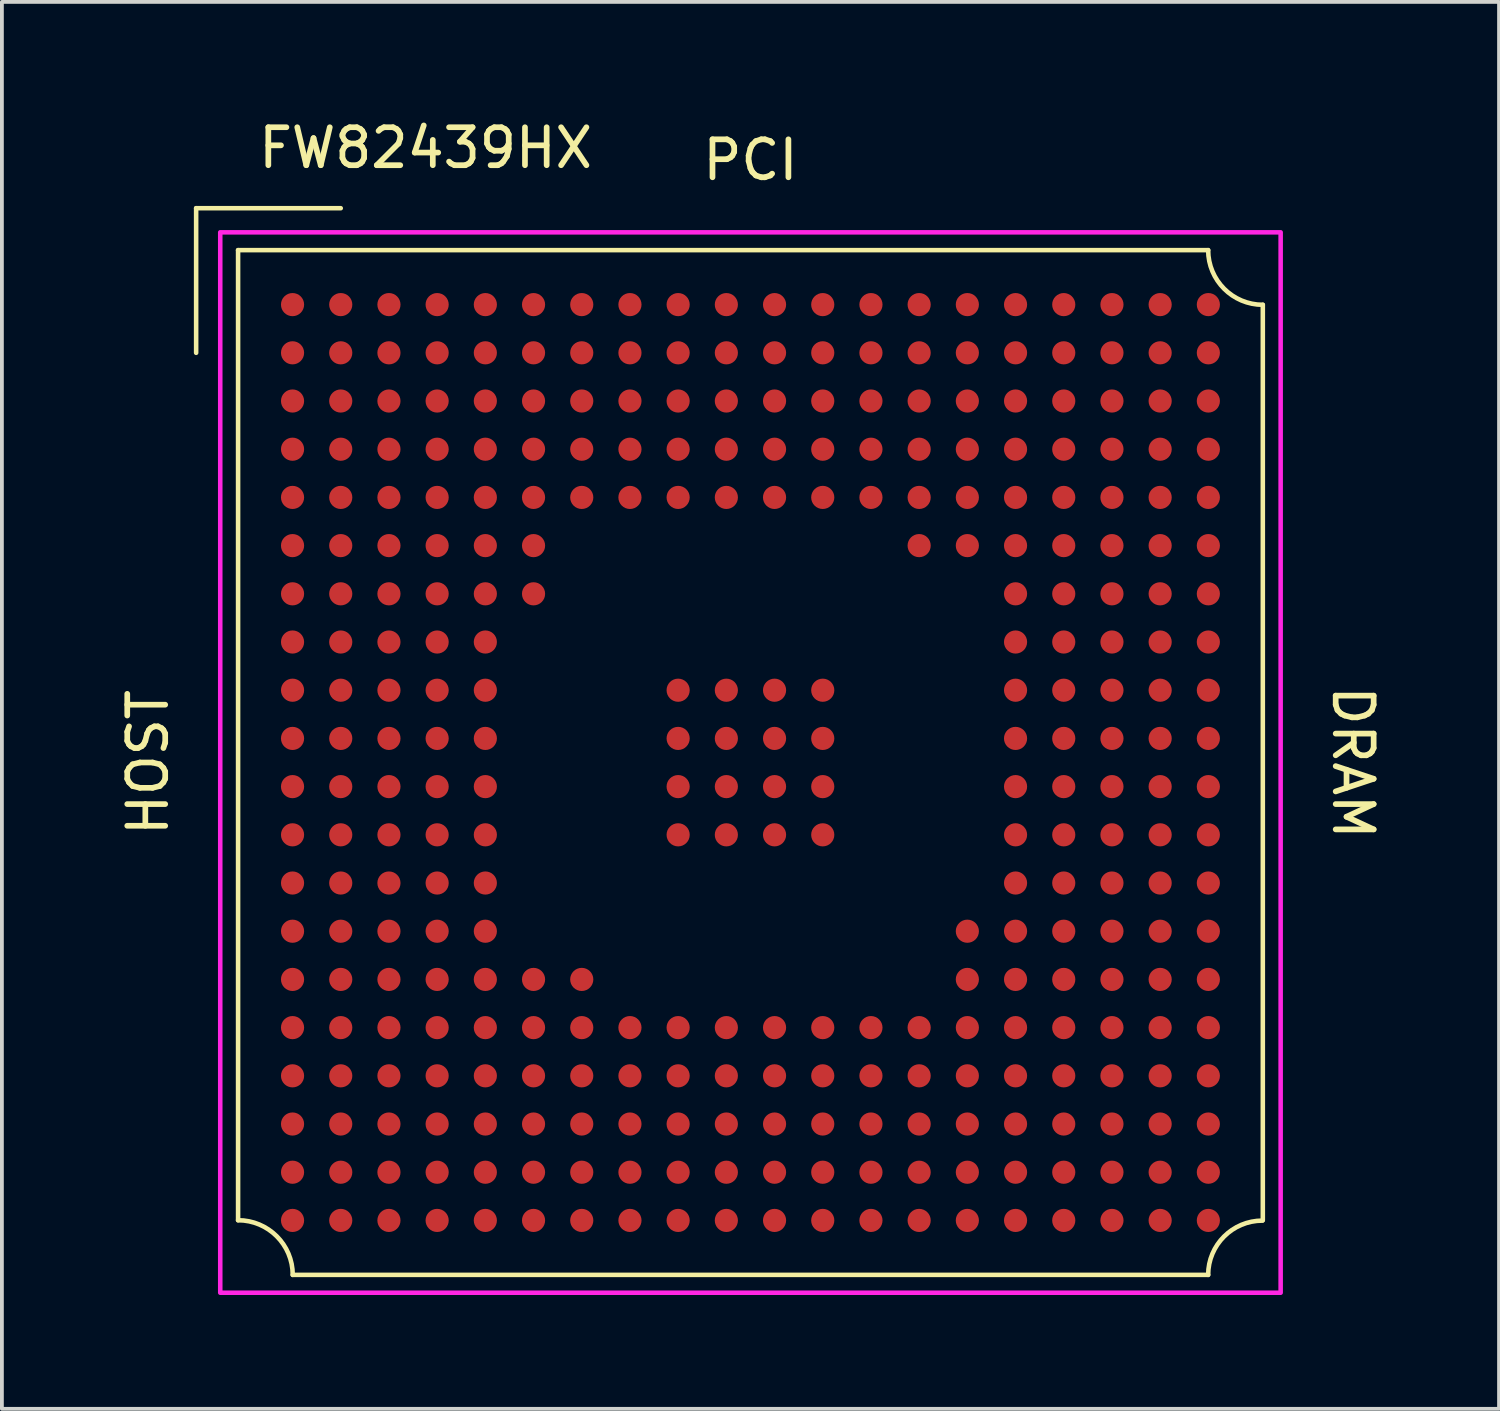
<source format=kicad_pcb>
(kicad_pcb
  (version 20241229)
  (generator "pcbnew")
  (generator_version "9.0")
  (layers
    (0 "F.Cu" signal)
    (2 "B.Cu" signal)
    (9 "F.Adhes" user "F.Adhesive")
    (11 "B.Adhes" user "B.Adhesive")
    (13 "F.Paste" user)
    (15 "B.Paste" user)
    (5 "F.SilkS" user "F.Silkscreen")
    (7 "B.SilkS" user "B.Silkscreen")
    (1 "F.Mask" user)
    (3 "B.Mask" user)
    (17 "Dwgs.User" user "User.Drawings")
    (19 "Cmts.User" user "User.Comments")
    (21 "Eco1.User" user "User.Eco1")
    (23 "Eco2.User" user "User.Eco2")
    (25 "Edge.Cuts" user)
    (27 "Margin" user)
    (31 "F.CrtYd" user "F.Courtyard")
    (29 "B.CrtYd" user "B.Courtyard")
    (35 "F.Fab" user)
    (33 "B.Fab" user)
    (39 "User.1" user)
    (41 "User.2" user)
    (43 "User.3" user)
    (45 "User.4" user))
  (footprint "FW82439HX"
    (layer "F.Cu")
    (at 4.658 4.976)
    (property "Reference" "FW82439HX" (at 3.505 -4.128 0) (unlocked yes) (layer "F.SilkS") (effects (font (size 1 1) (thickness 0.15))))
    (attr smd)
    (fp_line (start -2.54 -2.54) (end -2.54 1.27) (stroke (width 0.12) (type solid)) (layer "F.SilkS"))
    (fp_line (start -2.54 -2.54) (end 1.27 -2.54) (stroke (width 0.12) (type solid)) (layer "F.SilkS"))
    (fp_line (start -1.435 -1.435) (end -1.435 24.125) (stroke (width 0.12) (type solid)) (layer "F.SilkS"))
    (fp_line (start 0.005 25.565) (end 24.125 25.565) (stroke (width 0.12) (type solid)) (layer "F.SilkS"))
    (fp_line (start 24.125 -1.435) (end -1.435 -1.435) (stroke (width 0.12) (type solid)) (layer "F.SilkS"))
    (fp_line (start 25.565 24.125) (end 25.565 0.005) (stroke (width 0.12) (type solid)) (layer "F.SilkS"))
    (fp_arc (start -1.435 24.125) (mid -0.416766 24.546766) (end 0.005 25.565) (stroke (width 0.12) (type solid)) (layer "F.SilkS"))
    (fp_arc (start 24.125 25.565) (mid 24.543836 24.553836) (end 25.555 24.135) (stroke (width 0.12) (type solid)) (layer "F.SilkS"))
    (fp_arc (start 25.565 0.005) (mid 24.546766 -0.416766) (end 24.125 -1.435) (stroke (width 0.12) (type solid)) (layer "F.SilkS"))
    (fp_rect (start -1.905 -1.905) (end 26.035 26.035) (stroke (width 0.12) (type solid)) (fill no) (layer "F.CrtYd"))
    (fp_text user "DRAM" (at 27.94 12.065 270) (unlocked yes) (layer "F.SilkS") (effects (font (size 1 1) (thickness 0.15))))
    (fp_text user "PCI" (at 12.065 -3.81 0) (unlocked yes) (layer "F.SilkS") (effects (font (size 1 1) (thickness 0.15))))
    (fp_text user "HOST" (at -3.81 12.065 90) (unlocked yes) (layer "F.SilkS") (effects (font (size 1 1) (thickness 0.15))))
    (pad "A1" smd circle (at 0 0) (size 0.61 0.61) (layers "F.Cu" "F.Mask" "F.Paste"))
    (pad "A2" smd circle (at 1.27 0) (size 0.61 0.61) (layers "F.Cu" "F.Mask" "F.Paste"))
    (pad "A3" smd circle (at 2.54 0) (size 0.61 0.61) (layers "F.Cu" "F.Mask" "F.Paste"))
    (pad "A4" smd circle (at 3.81 0) (size 0.61 0.61) (layers "F.Cu" "F.Mask" "F.Paste"))
    (pad "A5" smd circle (at 5.08 0) (size 0.61 0.61) (layers "F.Cu" "F.Mask" "F.Paste"))
    (pad "A6" smd circle (at 6.35 0) (size 0.61 0.61) (layers "F.Cu" "F.Mask" "F.Paste"))
    (pad "A7" smd circle (at 7.62 0) (size 0.61 0.61) (layers "F.Cu" "F.Mask" "F.Paste"))
    (pad "A8" smd circle (at 8.89 0) (size 0.61 0.61) (layers "F.Cu" "F.Mask" "F.Paste"))
    (pad "A9" smd circle (at 10.16 0) (size 0.61 0.61) (layers "F.Cu" "F.Mask" "F.Paste"))
    (pad "A10" smd circle (at 11.43 0) (size 0.61 0.61) (layers "F.Cu" "F.Mask" "F.Paste"))
    (pad "A11" smd circle (at 12.7 0) (size 0.61 0.61) (layers "F.Cu" "F.Mask" "F.Paste"))
    (pad "A12" smd circle (at 13.97 0) (size 0.61 0.61) (layers "F.Cu" "F.Mask" "F.Paste"))
    (pad "A13" smd circle (at 15.24 0) (size 0.61 0.61) (layers "F.Cu" "F.Mask" "F.Paste"))
    (pad "A14" smd circle (at 16.51 0) (size 0.61 0.61) (layers "F.Cu" "F.Mask" "F.Paste"))
    (pad "A15" smd circle (at 17.78 0) (size 0.61 0.61) (layers "F.Cu" "F.Mask" "F.Paste"))
    (pad "A16" smd circle (at 19.05 0) (size 0.61 0.61) (layers "F.Cu" "F.Mask" "F.Paste"))
    (pad "A17" smd circle (at 20.32 0) (size 0.61 0.61) (layers "F.Cu" "F.Mask" "F.Paste"))
    (pad "A18" smd circle (at 21.59 0) (size 0.61 0.61) (layers "F.Cu" "F.Mask" "F.Paste"))
    (pad "A19" smd circle (at 22.86 0) (size 0.61 0.61) (layers "F.Cu" "F.Mask" "F.Paste"))
    (pad "A20" smd circle (at 24.13 0) (size 0.61 0.61) (layers "F.Cu" "F.Mask" "F.Paste"))
    (pad "B1" smd circle (at 0 1.27) (size 0.61 0.61) (layers "F.Cu" "F.Mask" "F.Paste"))
    (pad "B2" smd circle (at 1.27 1.27) (size 0.61 0.61) (layers "F.Cu" "F.Mask" "F.Paste"))
    (pad "B3" smd circle (at 2.54 1.27) (size 0.61 0.61) (layers "F.Cu" "F.Mask" "F.Paste"))
    (pad "B4" smd circle (at 3.81 1.27) (size 0.61 0.61) (layers "F.Cu" "F.Mask" "F.Paste"))
    (pad "B5" smd circle (at 5.08 1.27) (size 0.61 0.61) (layers "F.Cu" "F.Mask" "F.Paste"))
    (pad "B6" smd circle (at 6.35 1.27) (size 0.61 0.61) (layers "F.Cu" "F.Mask" "F.Paste"))
    (pad "B7" smd circle (at 7.62 1.27) (size 0.61 0.61) (layers "F.Cu" "F.Mask" "F.Paste"))
    (pad "B8" smd circle (at 8.89 1.27) (size 0.61 0.61) (layers "F.Cu" "F.Mask" "F.Paste"))
    (pad "B9" smd circle (at 10.16 1.27) (size 0.61 0.61) (layers "F.Cu" "F.Mask" "F.Paste"))
    (pad "B10" smd circle (at 11.43 1.27) (size 0.61 0.61) (layers "F.Cu" "F.Mask" "F.Paste"))
    (pad "B11" smd circle (at 12.7 1.27) (size 0.61 0.61) (layers "F.Cu" "F.Mask" "F.Paste"))
    (pad "B12" smd circle (at 13.97 1.27) (size 0.61 0.61) (layers "F.Cu" "F.Mask" "F.Paste"))
    (pad "B13" smd circle (at 15.24 1.27) (size 0.61 0.61) (layers "F.Cu" "F.Mask" "F.Paste"))
    (pad "B14" smd circle (at 16.51 1.27) (size 0.61 0.61) (layers "F.Cu" "F.Mask" "F.Paste"))
    (pad "B15" smd circle (at 17.78 1.27) (size 0.61 0.61) (layers "F.Cu" "F.Mask" "F.Paste"))
    (pad "B16" smd circle (at 19.05 1.27) (size 0.61 0.61) (layers "F.Cu" "F.Mask" "F.Paste"))
    (pad "B17" smd circle (at 20.32 1.27) (size 0.61 0.61) (layers "F.Cu" "F.Mask" "F.Paste"))
    (pad "B18" smd circle (at 21.59 1.27) (size 0.61 0.61) (layers "F.Cu" "F.Mask" "F.Paste"))
    (pad "B19" smd circle (at 22.86 1.27) (size 0.61 0.61) (layers "F.Cu" "F.Mask" "F.Paste"))
    (pad "B20" smd circle (at 24.13 1.27) (size 0.61 0.61) (layers "F.Cu" "F.Mask" "F.Paste"))
    (pad "C1" smd circle (at 0 2.54) (size 0.61 0.61) (layers "F.Cu" "F.Mask" "F.Paste"))
    (pad "C2" smd circle (at 1.27 2.54) (size 0.61 0.61) (layers "F.Cu" "F.Mask" "F.Paste"))
    (pad "C3" smd circle (at 2.54 2.54) (size 0.61 0.61) (layers "F.Cu" "F.Mask" "F.Paste"))
    (pad "C4" smd circle (at 3.81 2.54) (size 0.61 0.61) (layers "F.Cu" "F.Mask" "F.Paste"))
    (pad "C5" smd circle (at 5.08 2.54) (size 0.61 0.61) (layers "F.Cu" "F.Mask" "F.Paste"))
    (pad "C6" smd circle (at 6.35 2.54) (size 0.61 0.61) (layers "F.Cu" "F.Mask" "F.Paste"))
    (pad "C7" smd circle (at 7.62 2.54) (size 0.61 0.61) (layers "F.Cu" "F.Mask" "F.Paste"))
    (pad "C8" smd circle (at 8.89 2.54) (size 0.61 0.61) (layers "F.Cu" "F.Mask" "F.Paste"))
    (pad "C9" smd circle (at 10.16 2.54) (size 0.61 0.61) (layers "F.Cu" "F.Mask" "F.Paste"))
    (pad "C10" smd circle (at 11.43 2.54) (size 0.61 0.61) (layers "F.Cu" "F.Mask" "F.Paste"))
    (pad "C11" smd circle (at 12.7 2.54) (size 0.61 0.61) (layers "F.Cu" "F.Mask" "F.Paste"))
    (pad "C12" smd circle (at 13.97 2.54) (size 0.61 0.61) (layers "F.Cu" "F.Mask" "F.Paste"))
    (pad "C13" smd circle (at 15.24 2.54) (size 0.61 0.61) (layers "F.Cu" "F.Mask" "F.Paste"))
    (pad "C14" smd circle (at 16.51 2.54) (size 0.61 0.61) (layers "F.Cu" "F.Mask" "F.Paste"))
    (pad "C15" smd circle (at 17.78 2.54) (size 0.61 0.61) (layers "F.Cu" "F.Mask" "F.Paste"))
    (pad "C16" smd circle (at 19.05 2.54) (size 0.61 0.61) (layers "F.Cu" "F.Mask" "F.Paste"))
    (pad "C17" smd circle (at 20.32 2.54) (size 0.61 0.61) (layers "F.Cu" "F.Mask" "F.Paste"))
    (pad "C18" smd circle (at 21.59 2.54) (size 0.61 0.61) (layers "F.Cu" "F.Mask" "F.Paste"))
    (pad "C19" smd circle (at 22.86 2.54) (size 0.61 0.61) (layers "F.Cu" "F.Mask" "F.Paste"))
    (pad "C20" smd circle (at 24.13 2.54) (size 0.61 0.61) (layers "F.Cu" "F.Mask" "F.Paste"))
    (pad "D1" smd circle (at 0 3.81) (size 0.61 0.61) (layers "F.Cu" "F.Mask" "F.Paste"))
    (pad "D2" smd circle (at 1.27 3.81) (size 0.61 0.61) (layers "F.Cu" "F.Mask" "F.Paste"))
    (pad "D3" smd circle (at 2.54 3.81) (size 0.61 0.61) (layers "F.Cu" "F.Mask" "F.Paste"))
    (pad "D4" smd circle (at 3.81 3.81) (size 0.61 0.61) (layers "F.Cu" "F.Mask" "F.Paste"))
    (pad "D5" smd circle (at 5.08 3.81) (size 0.61 0.61) (layers "F.Cu" "F.Mask" "F.Paste"))
    (pad "D6" smd circle (at 6.35 3.81) (size 0.61 0.61) (layers "F.Cu" "F.Mask" "F.Paste"))
    (pad "D7" smd circle (at 7.62 3.81) (size 0.61 0.61) (layers "F.Cu" "F.Mask" "F.Paste"))
    (pad "D8" smd circle (at 8.89 3.81) (size 0.61 0.61) (layers "F.Cu" "F.Mask" "F.Paste"))
    (pad "D9" smd circle (at 10.16 3.81) (size 0.61 0.61) (layers "F.Cu" "F.Mask" "F.Paste"))
    (pad "D10" smd circle (at 11.43 3.81) (size 0.61 0.61) (layers "F.Cu" "F.Mask" "F.Paste"))
    (pad "D11" smd circle (at 12.7 3.81) (size 0.61 0.61) (layers "F.Cu" "F.Mask" "F.Paste"))
    (pad "D12" smd circle (at 13.97 3.81) (size 0.61 0.61) (layers "F.Cu" "F.Mask" "F.Paste"))
    (pad "D13" smd circle (at 15.24 3.81) (size 0.61 0.61) (layers "F.Cu" "F.Mask" "F.Paste"))
    (pad "D14" smd circle (at 16.51 3.81) (size 0.61 0.61) (layers "F.Cu" "F.Mask" "F.Paste"))
    (pad "D15" smd circle (at 17.78 3.81) (size 0.61 0.61) (layers "F.Cu" "F.Mask" "F.Paste"))
    (pad "D16" smd circle (at 19.05 3.81) (size 0.61 0.61) (layers "F.Cu" "F.Mask" "F.Paste"))
    (pad "D17" smd circle (at 20.32 3.81) (size 0.61 0.61) (layers "F.Cu" "F.Mask" "F.Paste"))
    (pad "D18" smd circle (at 21.59 3.81) (size 0.61 0.61) (layers "F.Cu" "F.Mask" "F.Paste"))
    (pad "D19" smd circle (at 22.86 3.81) (size 0.61 0.61) (layers "F.Cu" "F.Mask" "F.Paste"))
    (pad "D20" smd circle (at 24.13 3.81) (size 0.61 0.61) (layers "F.Cu" "F.Mask" "F.Paste"))
    (pad "E1" smd circle (at 0 5.08) (size 0.61 0.61) (layers "F.Cu" "F.Mask" "F.Paste"))
    (pad "E2" smd circle (at 1.27 5.08) (size 0.61 0.61) (layers "F.Cu" "F.Mask" "F.Paste"))
    (pad "E3" smd circle (at 2.54 5.08) (size 0.61 0.61) (layers "F.Cu" "F.Mask" "F.Paste"))
    (pad "E4" smd circle (at 3.81 5.08) (size 0.61 0.61) (layers "F.Cu" "F.Mask" "F.Paste"))
    (pad "E5" smd circle (at 5.08 5.08) (size 0.61 0.61) (layers "F.Cu" "F.Mask" "F.Paste"))
    (pad "E6" smd circle (at 6.35 5.08) (size 0.61 0.61) (layers "F.Cu" "F.Mask" "F.Paste"))
    (pad "E7" smd circle (at 7.62 5.08) (size 0.61 0.61) (layers "F.Cu" "F.Mask" "F.Paste"))
    (pad "E8" smd circle (at 8.89 5.08) (size 0.61 0.61) (layers "F.Cu" "F.Mask" "F.Paste"))
    (pad "E9" smd circle (at 10.16 5.08) (size 0.61 0.61) (layers "F.Cu" "F.Mask" "F.Paste"))
    (pad "E10" smd circle (at 11.43 5.08) (size 0.61 0.61) (layers "F.Cu" "F.Mask" "F.Paste"))
    (pad "E11" smd circle (at 12.7 5.08) (size 0.61 0.61) (layers "F.Cu" "F.Mask" "F.Paste"))
    (pad "E12" smd circle (at 13.97 5.08) (size 0.61 0.61) (layers "F.Cu" "F.Mask" "F.Paste"))
    (pad "E13" smd circle (at 15.24 5.08) (size 0.61 0.61) (layers "F.Cu" "F.Mask" "F.Paste"))
    (pad "E14" smd circle (at 16.51 5.08) (size 0.61 0.61) (layers "F.Cu" "F.Mask" "F.Paste"))
    (pad "E15" smd circle (at 17.78 5.08) (size 0.61 0.61) (layers "F.Cu" "F.Mask" "F.Paste"))
    (pad "E16" smd circle (at 19.05 5.08) (size 0.61 0.61) (layers "F.Cu" "F.Mask" "F.Paste"))
    (pad "E17" smd circle (at 20.32 5.08) (size 0.61 0.61) (layers "F.Cu" "F.Mask" "F.Paste"))
    (pad "E18" smd circle (at 21.59 5.08) (size 0.61 0.61) (layers "F.Cu" "F.Mask" "F.Paste"))
    (pad "E19" smd circle (at 22.86 5.08) (size 0.61 0.61) (layers "F.Cu" "F.Mask" "F.Paste"))
    (pad "E20" smd circle (at 24.13 5.08) (size 0.61 0.61) (layers "F.Cu" "F.Mask" "F.Paste"))
    (pad "F1" smd circle (at 0 6.35) (size 0.61 0.61) (layers "F.Cu" "F.Mask" "F.Paste"))
    (pad "F2" smd circle (at 1.27 6.35) (size 0.61 0.61) (layers "F.Cu" "F.Mask" "F.Paste"))
    (pad "F3" smd circle (at 2.54 6.35) (size 0.61 0.61) (layers "F.Cu" "F.Mask" "F.Paste"))
    (pad "F4" smd circle (at 3.81 6.35) (size 0.61 0.61) (layers "F.Cu" "F.Mask" "F.Paste"))
    (pad "F5" smd circle (at 5.08 6.35) (size 0.61 0.61) (layers "F.Cu" "F.Mask" "F.Paste"))
    (pad "F6" smd circle (at 6.35 6.35) (size 0.61 0.61) (layers "F.Cu" "F.Mask" "F.Paste"))
    (pad "F14" smd circle (at 16.51 6.35) (size 0.61 0.61) (layers "F.Cu" "F.Mask" "F.Paste"))
    (pad "F15" smd circle (at 17.78 6.35) (size 0.61 0.61) (layers "F.Cu" "F.Mask" "F.Paste"))
    (pad "F16" smd circle (at 19.05 6.35) (size 0.61 0.61) (layers "F.Cu" "F.Mask" "F.Paste"))
    (pad "F17" smd circle (at 20.32 6.35) (size 0.61 0.61) (layers "F.Cu" "F.Mask" "F.Paste"))
    (pad "F18" smd circle (at 21.59 6.35) (size 0.61 0.61) (layers "F.Cu" "F.Mask" "F.Paste"))
    (pad "F19" smd circle (at 22.86 6.35) (size 0.61 0.61) (layers "F.Cu" "F.Mask" "F.Paste"))
    (pad "F20" smd circle (at 24.13 6.35) (size 0.61 0.61) (layers "F.Cu" "F.Mask" "F.Paste"))
    (pad "G1" smd circle (at 0 7.62) (size 0.61 0.61) (layers "F.Cu" "F.Mask" "F.Paste"))
    (pad "G2" smd circle (at 1.27 7.62) (size 0.61 0.61) (layers "F.Cu" "F.Mask" "F.Paste"))
    (pad "G3" smd circle (at 2.54 7.62) (size 0.61 0.61) (layers "F.Cu" "F.Mask" "F.Paste"))
    (pad "G4" smd circle (at 3.81 7.62) (size 0.61 0.61) (layers "F.Cu" "F.Mask" "F.Paste"))
    (pad "G5" smd circle (at 5.08 7.62) (size 0.61 0.61) (layers "F.Cu" "F.Mask" "F.Paste"))
    (pad "G6" smd circle (at 6.35 7.62) (size 0.61 0.61) (layers "F.Cu" "F.Mask" "F.Paste"))
    (pad "G16" smd circle (at 19.05 7.62) (size 0.61 0.61) (layers "F.Cu" "F.Mask" "F.Paste"))
    (pad "G17" smd circle (at 20.32 7.62) (size 0.61 0.61) (layers "F.Cu" "F.Mask" "F.Paste"))
    (pad "G18" smd circle (at 21.59 7.62) (size 0.61 0.61) (layers "F.Cu" "F.Mask" "F.Paste"))
    (pad "G19" smd circle (at 22.86 7.62) (size 0.61 0.61) (layers "F.Cu" "F.Mask" "F.Paste"))
    (pad "G20" smd circle (at 24.13 7.62) (size 0.61 0.61) (layers "F.Cu" "F.Mask" "F.Paste"))
    (pad "H1" smd circle (at 0 8.89) (size 0.61 0.61) (layers "F.Cu" "F.Mask" "F.Paste"))
    (pad "H2" smd circle (at 1.27 8.89) (size 0.61 0.61) (layers "F.Cu" "F.Mask" "F.Paste"))
    (pad "H3" smd circle (at 2.54 8.89) (size 0.61 0.61) (layers "F.Cu" "F.Mask" "F.Paste"))
    (pad "H4" smd circle (at 3.81 8.89) (size 0.61 0.61) (layers "F.Cu" "F.Mask" "F.Paste"))
    (pad "H5" smd circle (at 5.08 8.89) (size 0.61 0.61) (layers "F.Cu" "F.Mask" "F.Paste"))
    (pad "H16" smd circle (at 19.05 8.89) (size 0.61 0.61) (layers "F.Cu" "F.Mask" "F.Paste"))
    (pad "H17" smd circle (at 20.32 8.89) (size 0.61 0.61) (layers "F.Cu" "F.Mask" "F.Paste"))
    (pad "H18" smd circle (at 21.59 8.89) (size 0.61 0.61) (layers "F.Cu" "F.Mask" "F.Paste"))
    (pad "H19" smd circle (at 22.86 8.89) (size 0.61 0.61) (layers "F.Cu" "F.Mask" "F.Paste"))
    (pad "H20" smd circle (at 24.13 8.89) (size 0.61 0.61) (layers "F.Cu" "F.Mask" "F.Paste"))
    (pad "J1" smd circle (at 0 10.16) (size 0.61 0.61) (layers "F.Cu" "F.Mask" "F.Paste"))
    (pad "J2" smd circle (at 1.27 10.16) (size 0.61 0.61) (layers "F.Cu" "F.Mask" "F.Paste"))
    (pad "J3" smd circle (at 2.54 10.16) (size 0.61 0.61) (layers "F.Cu" "F.Mask" "F.Paste"))
    (pad "J4" smd circle (at 3.81 10.16) (size 0.61 0.61) (layers "F.Cu" "F.Mask" "F.Paste"))
    (pad "J5" smd circle (at 5.08 10.16) (size 0.61 0.61) (layers "F.Cu" "F.Mask" "F.Paste"))
    (pad "J9" smd circle (at 10.16 10.16) (size 0.61 0.61) (layers "F.Cu" "F.Mask" "F.Paste"))
    (pad "J10" smd circle (at 11.43 10.16) (size 0.61 0.61) (layers "F.Cu" "F.Mask" "F.Paste"))
    (pad "J11" smd circle (at 12.7 10.16) (size 0.61 0.61) (layers "F.Cu" "F.Mask" "F.Paste"))
    (pad "J12" smd circle (at 13.97 10.16) (size 0.61 0.61) (layers "F.Cu" "F.Mask" "F.Paste"))
    (pad "J16" smd circle (at 19.05 10.16) (size 0.61 0.61) (layers "F.Cu" "F.Mask" "F.Paste"))
    (pad "J17" smd circle (at 20.32 10.16) (size 0.61 0.61) (layers "F.Cu" "F.Mask" "F.Paste"))
    (pad "J18" smd circle (at 21.59 10.16) (size 0.61 0.61) (layers "F.Cu" "F.Mask" "F.Paste"))
    (pad "J19" smd circle (at 22.86 10.16) (size 0.61 0.61) (layers "F.Cu" "F.Mask" "F.Paste"))
    (pad "J20" smd circle (at 24.13 10.16) (size 0.61 0.61) (layers "F.Cu" "F.Mask" "F.Paste"))
    (pad "K1" smd circle (at 0 11.43) (size 0.61 0.61) (layers "F.Cu" "F.Mask" "F.Paste"))
    (pad "K2" smd circle (at 1.27 11.43) (size 0.61 0.61) (layers "F.Cu" "F.Mask" "F.Paste"))
    (pad "K3" smd circle (at 2.54 11.43) (size 0.61 0.61) (layers "F.Cu" "F.Mask" "F.Paste"))
    (pad "K4" smd circle (at 3.81 11.43) (size 0.61 0.61) (layers "F.Cu" "F.Mask" "F.Paste"))
    (pad "K5" smd circle (at 5.08 11.43) (size 0.61 0.61) (layers "F.Cu" "F.Mask" "F.Paste"))
    (pad "K9" smd circle (at 10.16 11.43) (size 0.61 0.61) (layers "F.Cu" "F.Mask" "F.Paste"))
    (pad "K10" smd circle (at 11.43 11.43) (size 0.61 0.61) (layers "F.Cu" "F.Mask" "F.Paste"))
    (pad "K11" smd circle (at 12.7 11.43) (size 0.61 0.61) (layers "F.Cu" "F.Mask" "F.Paste"))
    (pad "K12" smd circle (at 13.97 11.43) (size 0.61 0.61) (layers "F.Cu" "F.Mask" "F.Paste"))
    (pad "K16" smd circle (at 19.05 11.43) (size 0.61 0.61) (layers "F.Cu" "F.Mask" "F.Paste"))
    (pad "K17" smd circle (at 20.32 11.43) (size 0.61 0.61) (layers "F.Cu" "F.Mask" "F.Paste"))
    (pad "K18" smd circle (at 21.59 11.43) (size 0.61 0.61) (layers "F.Cu" "F.Mask" "F.Paste"))
    (pad "K19" smd circle (at 22.86 11.43) (size 0.61 0.61) (layers "F.Cu" "F.Mask" "F.Paste"))
    (pad "K20" smd circle (at 24.13 11.43) (size 0.61 0.61) (layers "F.Cu" "F.Mask" "F.Paste"))
    (pad "L1" smd circle (at 0 12.7) (size 0.61 0.61) (layers "F.Cu" "F.Mask" "F.Paste"))
    (pad "L2" smd circle (at 1.27 12.7) (size 0.61 0.61) (layers "F.Cu" "F.Mask" "F.Paste"))
    (pad "L3" smd circle (at 2.54 12.7) (size 0.61 0.61) (layers "F.Cu" "F.Mask" "F.Paste"))
    (pad "L4" smd circle (at 3.81 12.7) (size 0.61 0.61) (layers "F.Cu" "F.Mask" "F.Paste"))
    (pad "L5" smd circle (at 5.08 12.7) (size 0.61 0.61) (layers "F.Cu" "F.Mask" "F.Paste"))
    (pad "L9" smd circle (at 10.16 12.7) (size 0.61 0.61) (layers "F.Cu" "F.Mask" "F.Paste"))
    (pad "L10" smd circle (at 11.43 12.7) (size 0.61 0.61) (layers "F.Cu" "F.Mask" "F.Paste"))
    (pad "L11" smd circle (at 12.7 12.7) (size 0.61 0.61) (layers "F.Cu" "F.Mask" "F.Paste"))
    (pad "L12" smd circle (at 13.97 12.7) (size 0.61 0.61) (layers "F.Cu" "F.Mask" "F.Paste"))
    (pad "L16" smd circle (at 19.05 12.7) (size 0.61 0.61) (layers "F.Cu" "F.Mask" "F.Paste"))
    (pad "L17" smd circle (at 20.32 12.7) (size 0.61 0.61) (layers "F.Cu" "F.Mask" "F.Paste"))
    (pad "L18" smd circle (at 21.59 12.7) (size 0.61 0.61) (layers "F.Cu" "F.Mask" "F.Paste"))
    (pad "L19" smd circle (at 22.86 12.7) (size 0.61 0.61) (layers "F.Cu" "F.Mask" "F.Paste"))
    (pad "L20" smd circle (at 24.13 12.7) (size 0.61 0.61) (layers "F.Cu" "F.Mask" "F.Paste"))
    (pad "M1" smd circle (at 0 13.97) (size 0.61 0.61) (layers "F.Cu" "F.Mask" "F.Paste"))
    (pad "M2" smd circle (at 1.27 13.97) (size 0.61 0.61) (layers "F.Cu" "F.Mask" "F.Paste"))
    (pad "M3" smd circle (at 2.54 13.97) (size 0.61 0.61) (layers "F.Cu" "F.Mask" "F.Paste"))
    (pad "M4" smd circle (at 3.81 13.97) (size 0.61 0.61) (layers "F.Cu" "F.Mask" "F.Paste"))
    (pad "M5" smd circle (at 5.08 13.97) (size 0.61 0.61) (layers "F.Cu" "F.Mask" "F.Paste"))
    (pad "M9" smd circle (at 10.16 13.97) (size 0.61 0.61) (layers "F.Cu" "F.Mask" "F.Paste"))
    (pad "M10" smd circle (at 11.43 13.97) (size 0.61 0.61) (layers "F.Cu" "F.Mask" "F.Paste"))
    (pad "M11" smd circle (at 12.7 13.97) (size 0.61 0.61) (layers "F.Cu" "F.Mask" "F.Paste"))
    (pad "M12" smd circle (at 13.97 13.97) (size 0.61 0.61) (layers "F.Cu" "F.Mask" "F.Paste"))
    (pad "M16" smd circle (at 19.05 13.97) (size 0.61 0.61) (layers "F.Cu" "F.Mask" "F.Paste"))
    (pad "M17" smd circle (at 20.32 13.97) (size 0.61 0.61) (layers "F.Cu" "F.Mask" "F.Paste"))
    (pad "M18" smd circle (at 21.59 13.97) (size 0.61 0.61) (layers "F.Cu" "F.Mask" "F.Paste"))
    (pad "M19" smd circle (at 22.86 13.97) (size 0.61 0.61) (layers "F.Cu" "F.Mask" "F.Paste"))
    (pad "M20" smd circle (at 24.13 13.97) (size 0.61 0.61) (layers "F.Cu" "F.Mask" "F.Paste"))
    (pad "N1" smd circle (at 0 15.24) (size 0.61 0.61) (layers "F.Cu" "F.Mask" "F.Paste"))
    (pad "N2" smd circle (at 1.27 15.24) (size 0.61 0.61) (layers "F.Cu" "F.Mask" "F.Paste"))
    (pad "N3" smd circle (at 2.54 15.24) (size 0.61 0.61) (layers "F.Cu" "F.Mask" "F.Paste"))
    (pad "N4" smd circle (at 3.81 15.24) (size 0.61 0.61) (layers "F.Cu" "F.Mask" "F.Paste"))
    (pad "N5" smd circle (at 5.08 15.24) (size 0.61 0.61) (layers "F.Cu" "F.Mask" "F.Paste"))
    (pad "N16" smd circle (at 19.05 15.24) (size 0.61 0.61) (layers "F.Cu" "F.Mask" "F.Paste"))
    (pad "N17" smd circle (at 20.32 15.24) (size 0.61 0.61) (layers "F.Cu" "F.Mask" "F.Paste"))
    (pad "N18" smd circle (at 21.59 15.24) (size 0.61 0.61) (layers "F.Cu" "F.Mask" "F.Paste"))
    (pad "N19" smd circle (at 22.86 15.24) (size 0.61 0.61) (layers "F.Cu" "F.Mask" "F.Paste"))
    (pad "N20" smd circle (at 24.13 15.24) (size 0.61 0.61) (layers "F.Cu" "F.Mask" "F.Paste"))
    (pad "P1" smd circle (at 0 16.51) (size 0.61 0.61) (layers "F.Cu" "F.Mask" "F.Paste"))
    (pad "P2" smd circle (at 1.27 16.51) (size 0.61 0.61) (layers "F.Cu" "F.Mask" "F.Paste"))
    (pad "P3" smd circle (at 2.54 16.51) (size 0.61 0.61) (layers "F.Cu" "F.Mask" "F.Paste"))
    (pad "P4" smd circle (at 3.81 16.51) (size 0.61 0.61) (layers "F.Cu" "F.Mask" "F.Paste"))
    (pad "P5" smd circle (at 5.08 16.51) (size 0.61 0.61) (layers "F.Cu" "F.Mask" "F.Paste"))
    (pad "P15" smd circle (at 17.78 16.51) (size 0.61 0.61) (layers "F.Cu" "F.Mask" "F.Paste"))
    (pad "P16" smd circle (at 19.05 16.51) (size 0.61 0.61) (layers "F.Cu" "F.Mask" "F.Paste"))
    (pad "P17" smd circle (at 20.32 16.51) (size 0.61 0.61) (layers "F.Cu" "F.Mask" "F.Paste"))
    (pad "P18" smd circle (at 21.59 16.51) (size 0.61 0.61) (layers "F.Cu" "F.Mask" "F.Paste"))
    (pad "P19" smd circle (at 22.86 16.51) (size 0.61 0.61) (layers "F.Cu" "F.Mask" "F.Paste"))
    (pad "P20" smd circle (at 24.13 16.51) (size 0.61 0.61) (layers "F.Cu" "F.Mask" "F.Paste"))
    (pad "R1" smd circle (at 0 17.78) (size 0.61 0.61) (layers "F.Cu" "F.Mask" "F.Paste"))
    (pad "R2" smd circle (at 1.27 17.78) (size 0.61 0.61) (layers "F.Cu" "F.Mask" "F.Paste"))
    (pad "R3" smd circle (at 2.54 17.78) (size 0.61 0.61) (layers "F.Cu" "F.Mask" "F.Paste"))
    (pad "R4" smd circle (at 3.81 17.78) (size 0.61 0.61) (layers "F.Cu" "F.Mask" "F.Paste"))
    (pad "R5" smd circle (at 5.08 17.78) (size 0.61 0.61) (layers "F.Cu" "F.Mask" "F.Paste"))
    (pad "R6" smd circle (at 6.35 17.78) (size 0.61 0.61) (layers "F.Cu" "F.Mask" "F.Paste"))
    (pad "R7" smd circle (at 7.62 17.78) (size 0.61 0.61) (layers "F.Cu" "F.Mask" "F.Paste"))
    (pad "R15" smd circle (at 17.78 17.78) (size 0.61 0.61) (layers "F.Cu" "F.Mask" "F.Paste"))
    (pad "R16" smd circle (at 19.05 17.78) (size 0.61 0.61) (layers "F.Cu" "F.Mask" "F.Paste"))
    (pad "R17" smd circle (at 20.32 17.78) (size 0.61 0.61) (layers "F.Cu" "F.Mask" "F.Paste"))
    (pad "R18" smd circle (at 21.59 17.78) (size 0.61 0.61) (layers "F.Cu" "F.Mask" "F.Paste"))
    (pad "R19" smd circle (at 22.86 17.78) (size 0.61 0.61) (layers "F.Cu" "F.Mask" "F.Paste"))
    (pad "R20" smd circle (at 24.13 17.78) (size 0.61 0.61) (layers "F.Cu" "F.Mask" "F.Paste"))
    (pad "T1" smd circle (at 0 19.05) (size 0.61 0.61) (layers "F.Cu" "F.Mask" "F.Paste"))
    (pad "T2" smd circle (at 1.27 19.05) (size 0.61 0.61) (layers "F.Cu" "F.Mask" "F.Paste"))
    (pad "T3" smd circle (at 2.54 19.05) (size 0.61 0.61) (layers "F.Cu" "F.Mask" "F.Paste"))
    (pad "T4" smd circle (at 3.81 19.05) (size 0.61 0.61) (layers "F.Cu" "F.Mask" "F.Paste"))
    (pad "T5" smd circle (at 5.08 19.05) (size 0.61 0.61) (layers "F.Cu" "F.Mask" "F.Paste"))
    (pad "T6" smd circle (at 6.35 19.05) (size 0.61 0.61) (layers "F.Cu" "F.Mask" "F.Paste"))
    (pad "T7" smd circle (at 7.62 19.05) (size 0.61 0.61) (layers "F.Cu" "F.Mask" "F.Paste"))
    (pad "T8" smd circle (at 8.89 19.05) (size 0.61 0.61) (layers "F.Cu" "F.Mask" "F.Paste"))
    (pad "T9" smd circle (at 10.16 19.05) (size 0.61 0.61) (layers "F.Cu" "F.Mask" "F.Paste"))
    (pad "T10" smd circle (at 11.43 19.05) (size 0.61 0.61) (layers "F.Cu" "F.Mask" "F.Paste"))
    (pad "T11" smd circle (at 12.7 19.05) (size 0.61 0.61) (layers "F.Cu" "F.Mask" "F.Paste"))
    (pad "T12" smd circle (at 13.97 19.05) (size 0.61 0.61) (layers "F.Cu" "F.Mask" "F.Paste"))
    (pad "T13" smd circle (at 15.24 19.05) (size 0.61 0.61) (layers "F.Cu" "F.Mask" "F.Paste"))
    (pad "T14" smd circle (at 16.51 19.05) (size 0.61 0.61) (layers "F.Cu" "F.Mask" "F.Paste"))
    (pad "T15" smd circle (at 17.78 19.05) (size 0.61 0.61) (layers "F.Cu" "F.Mask" "F.Paste"))
    (pad "T16" smd circle (at 19.05 19.05) (size 0.61 0.61) (layers "F.Cu" "F.Mask" "F.Paste"))
    (pad "T17" smd circle (at 20.32 19.05) (size 0.61 0.61) (layers "F.Cu" "F.Mask" "F.Paste"))
    (pad "T18" smd circle (at 21.59 19.05) (size 0.61 0.61) (layers "F.Cu" "F.Mask" "F.Paste"))
    (pad "T19" smd circle (at 22.86 19.05) (size 0.61 0.61) (layers "F.Cu" "F.Mask" "F.Paste"))
    (pad "T20" smd circle (at 24.13 19.05) (size 0.61 0.61) (layers "F.Cu" "F.Mask" "F.Paste"))
    (pad "U1" smd circle (at 0 20.32) (size 0.61 0.61) (layers "F.Cu" "F.Mask" "F.Paste"))
    (pad "U2" smd circle (at 1.27 20.32) (size 0.61 0.61) (layers "F.Cu" "F.Mask" "F.Paste"))
    (pad "U3" smd circle (at 2.54 20.32) (size 0.61 0.61) (layers "F.Cu" "F.Mask" "F.Paste"))
    (pad "U4" smd circle (at 3.81 20.32) (size 0.61 0.61) (layers "F.Cu" "F.Mask" "F.Paste"))
    (pad "U5" smd circle (at 5.08 20.32) (size 0.61 0.61) (layers "F.Cu" "F.Mask" "F.Paste"))
    (pad "U6" smd circle (at 6.35 20.32) (size 0.61 0.61) (layers "F.Cu" "F.Mask" "F.Paste"))
    (pad "U7" smd circle (at 7.62 20.32) (size 0.61 0.61) (layers "F.Cu" "F.Mask" "F.Paste"))
    (pad "U8" smd circle (at 8.89 20.32) (size 0.61 0.61) (layers "F.Cu" "F.Mask" "F.Paste"))
    (pad "U9" smd circle (at 10.16 20.32) (size 0.61 0.61) (layers "F.Cu" "F.Mask" "F.Paste"))
    (pad "U10" smd circle (at 11.43 20.32) (size 0.61 0.61) (layers "F.Cu" "F.Mask" "F.Paste"))
    (pad "U11" smd circle (at 12.7 20.32) (size 0.61 0.61) (layers "F.Cu" "F.Mask" "F.Paste"))
    (pad "U12" smd circle (at 13.97 20.32) (size 0.61 0.61) (layers "F.Cu" "F.Mask" "F.Paste"))
    (pad "U13" smd circle (at 15.24 20.32) (size 0.61 0.61) (layers "F.Cu" "F.Mask" "F.Paste"))
    (pad "U14" smd circle (at 16.51 20.32) (size 0.61 0.61) (layers "F.Cu" "F.Mask" "F.Paste"))
    (pad "U15" smd circle (at 17.78 20.32) (size 0.61 0.61) (layers "F.Cu" "F.Mask" "F.Paste"))
    (pad "U16" smd circle (at 19.05 20.32) (size 0.61 0.61) (layers "F.Cu" "F.Mask" "F.Paste"))
    (pad "U17" smd circle (at 20.32 20.32) (size 0.61 0.61) (layers "F.Cu" "F.Mask" "F.Paste"))
    (pad "U18" smd circle (at 21.59 20.32) (size 0.61 0.61) (layers "F.Cu" "F.Mask" "F.Paste"))
    (pad "U19" smd circle (at 22.86 20.32) (size 0.61 0.61) (layers "F.Cu" "F.Mask" "F.Paste"))
    (pad "U20" smd circle (at 24.13 20.32) (size 0.61 0.61) (layers "F.Cu" "F.Mask" "F.Paste"))
    (pad "V1" smd circle (at 0 21.59) (size 0.61 0.61) (layers "F.Cu" "F.Mask" "F.Paste"))
    (pad "V2" smd circle (at 1.27 21.59) (size 0.61 0.61) (layers "F.Cu" "F.Mask" "F.Paste"))
    (pad "V3" smd circle (at 2.54 21.59) (size 0.61 0.61) (layers "F.Cu" "F.Mask" "F.Paste"))
    (pad "V4" smd circle (at 3.81 21.59) (size 0.61 0.61) (layers "F.Cu" "F.Mask" "F.Paste"))
    (pad "V5" smd circle (at 5.08 21.59) (size 0.61 0.61) (layers "F.Cu" "F.Mask" "F.Paste"))
    (pad "V6" smd circle (at 6.35 21.59) (size 0.61 0.61) (layers "F.Cu" "F.Mask" "F.Paste"))
    (pad "V7" smd circle (at 7.62 21.59) (size 0.61 0.61) (layers "F.Cu" "F.Mask" "F.Paste"))
    (pad "V8" smd circle (at 8.89 21.59) (size 0.61 0.61) (layers "F.Cu" "F.Mask" "F.Paste"))
    (pad "V9" smd circle (at 10.16 21.59) (size 0.61 0.61) (layers "F.Cu" "F.Mask" "F.Paste"))
    (pad "V10" smd circle (at 11.43 21.59) (size 0.61 0.61) (layers "F.Cu" "F.Mask" "F.Paste"))
    (pad "V11" smd circle (at 12.7 21.59) (size 0.61 0.61) (layers "F.Cu" "F.Mask" "F.Paste"))
    (pad "V12" smd circle (at 13.97 21.59) (size 0.61 0.61) (layers "F.Cu" "F.Mask" "F.Paste"))
    (pad "V13" smd circle (at 15.24 21.59) (size 0.61 0.61) (layers "F.Cu" "F.Mask" "F.Paste"))
    (pad "V14" smd circle (at 16.51 21.59) (size 0.61 0.61) (layers "F.Cu" "F.Mask" "F.Paste"))
    (pad "V15" smd circle (at 17.78 21.59) (size 0.61 0.61) (layers "F.Cu" "F.Mask" "F.Paste"))
    (pad "V16" smd circle (at 19.05 21.59) (size 0.61 0.61) (layers "F.Cu" "F.Mask" "F.Paste"))
    (pad "V17" smd circle (at 20.32 21.59) (size 0.61 0.61) (layers "F.Cu" "F.Mask" "F.Paste"))
    (pad "V18" smd circle (at 21.59 21.59) (size 0.61 0.61) (layers "F.Cu" "F.Mask" "F.Paste"))
    (pad "V19" smd circle (at 22.86 21.59) (size 0.61 0.61) (layers "F.Cu" "F.Mask" "F.Paste"))
    (pad "V20" smd circle (at 24.13 21.59) (size 0.61 0.61) (layers "F.Cu" "F.Mask" "F.Paste"))
    (pad "W1" smd circle (at 0 22.86) (size 0.61 0.61) (layers "F.Cu" "F.Mask" "F.Paste"))
    (pad "W2" smd circle (at 1.27 22.86) (size 0.61 0.61) (layers "F.Cu" "F.Mask" "F.Paste"))
    (pad "W3" smd circle (at 2.54 22.86) (size 0.61 0.61) (layers "F.Cu" "F.Mask" "F.Paste"))
    (pad "W4" smd circle (at 3.81 22.86) (size 0.61 0.61) (layers "F.Cu" "F.Mask" "F.Paste"))
    (pad "W5" smd circle (at 5.08 22.86) (size 0.61 0.61) (layers "F.Cu" "F.Mask" "F.Paste"))
    (pad "W6" smd circle (at 6.35 22.86) (size 0.61 0.61) (layers "F.Cu" "F.Mask" "F.Paste"))
    (pad "W7" smd circle (at 7.62 22.86) (size 0.61 0.61) (layers "F.Cu" "F.Mask" "F.Paste"))
    (pad "W8" smd circle (at 8.89 22.86) (size 0.61 0.61) (layers "F.Cu" "F.Mask" "F.Paste"))
    (pad "W9" smd circle (at 10.16 22.86) (size 0.61 0.61) (layers "F.Cu" "F.Mask" "F.Paste"))
    (pad "W10" smd circle (at 11.43 22.86) (size 0.61 0.61) (layers "F.Cu" "F.Mask" "F.Paste"))
    (pad "W11" smd circle (at 12.7 22.86) (size 0.61 0.61) (layers "F.Cu" "F.Mask" "F.Paste"))
    (pad "W12" smd circle (at 13.97 22.86) (size 0.61 0.61) (layers "F.Cu" "F.Mask" "F.Paste"))
    (pad "W13" smd circle (at 15.24 22.86) (size 0.61 0.61) (layers "F.Cu" "F.Mask" "F.Paste"))
    (pad "W14" smd circle (at 16.51 22.86) (size 0.61 0.61) (layers "F.Cu" "F.Mask" "F.Paste"))
    (pad "W15" smd circle (at 17.78 22.86) (size 0.61 0.61) (layers "F.Cu" "F.Mask" "F.Paste"))
    (pad "W16" smd circle (at 19.05 22.86) (size 0.61 0.61) (layers "F.Cu" "F.Mask" "F.Paste"))
    (pad "W17" smd circle (at 20.32 22.86) (size 0.61 0.61) (layers "F.Cu" "F.Mask" "F.Paste"))
    (pad "W18" smd circle (at 21.59 22.86) (size 0.61 0.61) (layers "F.Cu" "F.Mask" "F.Paste"))
    (pad "W19" smd circle (at 22.86 22.86) (size 0.61 0.61) (layers "F.Cu" "F.Mask" "F.Paste"))
    (pad "W20" smd circle (at 24.13 22.86) (size 0.61 0.61) (layers "F.Cu" "F.Mask" "F.Paste"))
    (pad "Y1" smd circle (at 0 24.13) (size 0.61 0.61) (layers "F.Cu" "F.Mask" "F.Paste"))
    (pad "Y2" smd circle (at 1.27 24.13) (size 0.61 0.61) (layers "F.Cu" "F.Mask" "F.Paste"))
    (pad "Y3" smd circle (at 2.54 24.13) (size 0.61 0.61) (layers "F.Cu" "F.Mask" "F.Paste"))
    (pad "Y4" smd circle (at 3.81 24.13) (size 0.61 0.61) (layers "F.Cu" "F.Mask" "F.Paste"))
    (pad "Y5" smd circle (at 5.08 24.13) (size 0.61 0.61) (layers "F.Cu" "F.Mask" "F.Paste"))
    (pad "Y6" smd circle (at 6.35 24.13) (size 0.61 0.61) (layers "F.Cu" "F.Mask" "F.Paste"))
    (pad "Y7" smd circle (at 7.62 24.13) (size 0.61 0.61) (layers "F.Cu" "F.Mask" "F.Paste"))
    (pad "Y8" smd circle (at 8.89 24.13) (size 0.61 0.61) (layers "F.Cu" "F.Mask" "F.Paste"))
    (pad "Y9" smd circle (at 10.16 24.13) (size 0.61 0.61) (layers "F.Cu" "F.Mask" "F.Paste"))
    (pad "Y10" smd circle (at 11.43 24.13) (size 0.61 0.61) (layers "F.Cu" "F.Mask" "F.Paste"))
    (pad "Y11" smd circle (at 12.7 24.13) (size 0.61 0.61) (layers "F.Cu" "F.Mask" "F.Paste"))
    (pad "Y12" smd circle (at 13.97 24.13) (size 0.61 0.61) (layers "F.Cu" "F.Mask" "F.Paste"))
    (pad "Y13" smd circle (at 15.24 24.13) (size 0.61 0.61) (layers "F.Cu" "F.Mask" "F.Paste"))
    (pad "Y14" smd circle (at 16.51 24.13) (size 0.61 0.61) (layers "F.Cu" "F.Mask" "F.Paste"))
    (pad "Y15" smd circle (at 17.78 24.13) (size 0.61 0.61) (layers "F.Cu" "F.Mask" "F.Paste"))
    (pad "Y16" smd circle (at 19.05 24.13) (size 0.61 0.61) (layers "F.Cu" "F.Mask" "F.Paste"))
    (pad "Y17" smd circle (at 20.32 24.13) (size 0.61 0.61) (layers "F.Cu" "F.Mask" "F.Paste"))
    (pad "Y18" smd circle (at 21.59 24.13) (size 0.61 0.61) (layers "F.Cu" "F.Mask" "F.Paste"))
    (pad "Y19" smd circle (at 22.86 24.13) (size 0.61 0.61) (layers "F.Cu" "F.Mask" "F.Paste"))
    (pad "Y20" smd circle (at 24.13 24.13) (size 0.61 0.61) (layers "F.Cu" "F.Mask" "F.Paste")))
  (gr_rect
    (start -3 -3)
    (end 36.447 34.071)
    (stroke (width 0.1) (type default))
    (fill no)
    (layer "Edge.Cuts")))
</source>
